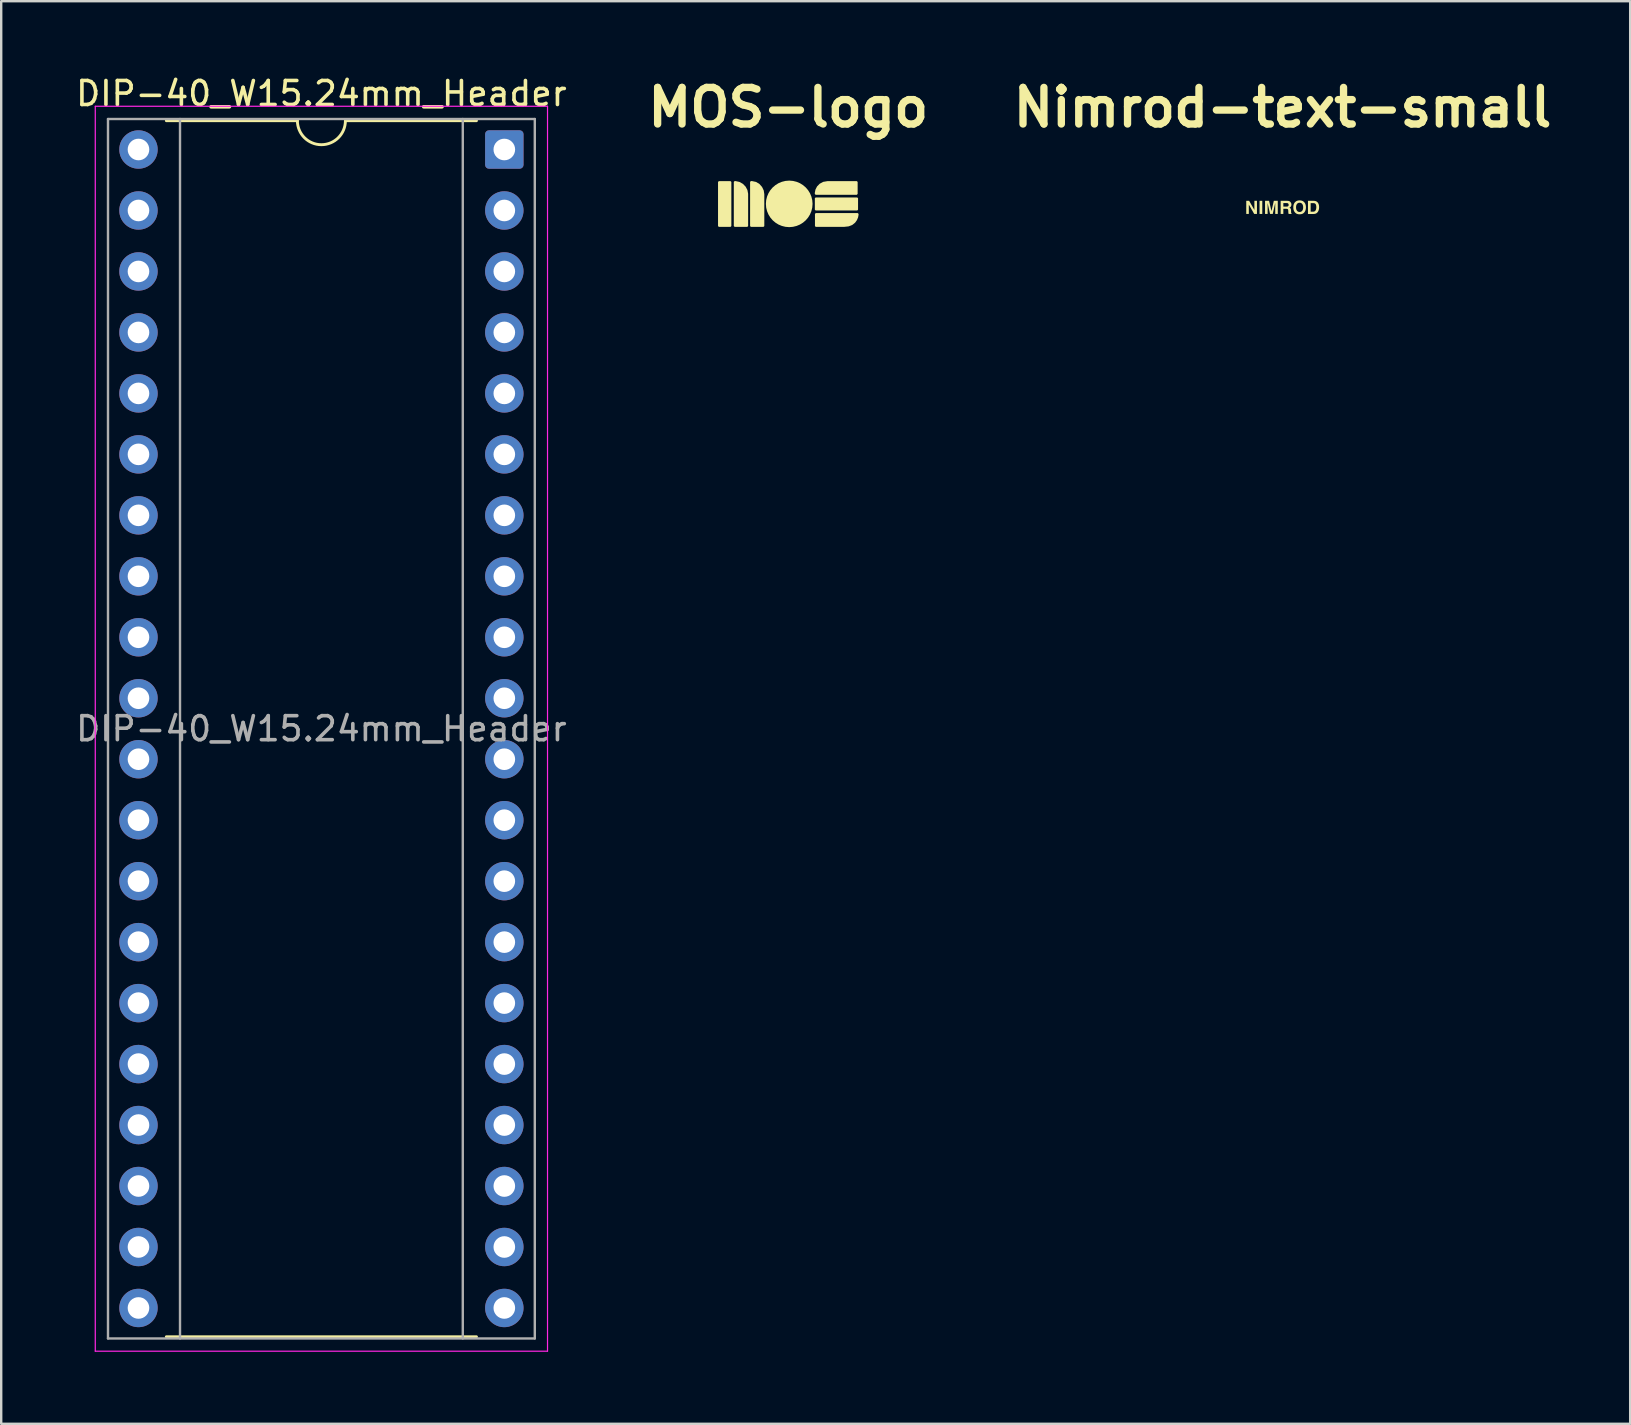
<source format=kicad_pcb>
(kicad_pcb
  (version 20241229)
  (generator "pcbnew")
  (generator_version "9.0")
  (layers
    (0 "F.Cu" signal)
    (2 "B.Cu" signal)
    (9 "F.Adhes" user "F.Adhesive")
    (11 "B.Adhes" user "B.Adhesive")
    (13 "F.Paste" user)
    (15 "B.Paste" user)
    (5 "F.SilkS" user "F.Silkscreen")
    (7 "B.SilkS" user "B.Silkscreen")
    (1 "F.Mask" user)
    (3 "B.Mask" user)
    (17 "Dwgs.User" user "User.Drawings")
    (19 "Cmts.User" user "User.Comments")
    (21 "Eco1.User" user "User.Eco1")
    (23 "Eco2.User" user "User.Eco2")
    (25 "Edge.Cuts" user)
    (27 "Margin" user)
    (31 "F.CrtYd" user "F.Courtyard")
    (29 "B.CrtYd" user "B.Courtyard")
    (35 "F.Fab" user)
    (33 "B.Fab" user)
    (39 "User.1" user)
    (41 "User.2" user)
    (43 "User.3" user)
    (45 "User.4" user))
  (footprint "Nimrod-text-small"
    (layer "F.Cu")
    (at 50.38 5.589)
    (property "Reference" "Nimrod-text-small" (at 0 -4.163 0) (layer "F.SilkS") (effects (font (size 1.524 1.524) (thickness 0.305))))
    (attr board_only exclude_from_pos_files exclude_from_bom)
    (fp_poly (pts (xy -0.959 -0.274) (xy -0.959 0.274) (xy -0.845 0.274) (xy -0.845 -0.274) (xy -0.959 -0.274)) (stroke (width 0) (type solid)) (fill yes) (layer "F.SilkS"))
    (fp_poly (pts (xy -1.513 0.274) (xy -1.513 -0.274) (xy -1.393 -0.274) (xy -1.174 0.108) (xy -1.174 -0.274) (xy -1.067 -0.274) (xy -1.067 0.274) (xy -1.182 0.274) (xy -1.406 -0.116) (xy -1.406 0.274) (xy -1.513 0.274)) (stroke (width 0) (type solid)) (fill yes) (layer "F.SilkS"))
    (fp_poly (pts (xy -0.463 0.157) (xy -0.364 -0.274) (xy -0.2 -0.274) (xy -0.2 0.274) (xy -0.306 0.274) (xy -0.306 -0.097) (xy -0.306 -0.142) (xy -0.306 -0.186) (xy -0.409 0.274) (xy -0.521 0.274) (xy -0.624 -0.186) (xy -0.623 -0.142) (xy -0.623 -0.097) (xy -0.623 0.274) (xy -0.73 0.274) (xy -0.73 -0.274) (xy -0.563 -0.274) (xy -0.463 0.157)) (stroke (width 0) (type solid)) (fill yes) (layer "F.SilkS"))
    (fp_poly (pts (xy 1.38 -0.133) (xy 1.498 0.133) (xy 1.511 0.089) (xy 1.52 0.04) (xy 1.522 -0.012) (xy 1.52 -0.056) (xy 1.512 -0.103) (xy 1.497 -0.149) (xy 1.473 -0.191) (xy 1.447 -0.222) (xy 1.415 -0.245) (xy 1.379 -0.261) (xy 1.341 -0.27) (xy 1.295 -0.273) (xy 1.058 -0.273) (xy 1.058 0.275) (xy 1.295 0.275) (xy 1.342 0.271) (xy 1.384 0.259) (xy 1.42 0.239) (xy 1.452 0.21) (xy 1.478 0.173) (xy 1.498 0.133) (xy 1.38 -0.133) (xy 1.394 -0.099) (xy 1.403 -0.056) (xy 1.406 -0.004) (xy 1.401 0.052) (xy 1.388 0.1) (xy 1.362 0.145) (xy 1.324 0.171) (xy 1.275 0.18) (xy 1.17 0.18) (xy 1.17 -0.178) (xy 1.275 -0.178) (xy 1.322 -0.173) (xy 1.356 -0.158) (xy 1.38 -0.133)) (stroke (width 0) (type solid)) (fill yes) (layer "F.SilkS"))
    (fp_poly (pts (xy 0.221 -0.17) (xy -0.08 -0.274) (xy -0.08 0.274) (xy 0.032 0.274) (xy 0.032 0.059) (xy 0.15 0.059) (xy 0.193 0.063) (xy 0.219 0.076) (xy 0.233 0.103) (xy 0.238 0.146) (xy 0.239 0.197) (xy 0.244 0.245) (xy 0.251 0.274) (xy 0.377 0.274) (xy 0.377 0.26) (xy 0.357 0.229) (xy 0.354 0.178) (xy 0.354 0.141) (xy 0.35 0.091) (xy 0.338 0.055) (xy 0.316 0.03) (xy 0.284 0.012) (xy 0.323 -0.009) (xy 0.349 -0.041) (xy 0.364 -0.079) (xy 0.369 -0.118) (xy 0.366 -0.149) (xy 0.358 -0.176) (xy 0.33 -0.222) (xy 0.306 -0.244) (xy 0.278 -0.26) (xy 0.24 -0.27) (xy 0.189 -0.274) (xy -0.08 -0.274) (xy 0.221 -0.17) (xy 0.246 -0.144) (xy 0.254 -0.103) (xy 0.245 -0.064) (xy 0.22 -0.041) (xy 0.196 -0.034) (xy 0.162 -0.032) (xy 0.032 -0.032) (xy 0.032 -0.179) (xy 0.165 -0.179) (xy 0.198 -0.177) (xy 0.221 -0.17)) (stroke (width 0) (type solid)) (fill yes) (layer "F.SilkS"))
    (fp_poly (pts (xy 0.601 0.142) (xy 0.45 -0.058) (xy 0.447 -0.001) (xy 0.45 0.055) (xy 0.46 0.106) (xy 0.477 0.151) (xy 0.5 0.191) (xy 0.53 0.225) (xy 0.565 0.253) (xy 0.606 0.273) (xy 0.655 0.285) (xy 0.71 0.289) (xy 0.765 0.285) (xy 0.814 0.273) (xy 0.855 0.253) (xy 0.89 0.225) (xy 0.919 0.191) (xy 0.943 0.151) (xy 0.959 0.106) (xy 0.969 0.055) (xy 0.973 -0.001) (xy 0.969 -0.058) (xy 0.959 -0.11) (xy 0.943 -0.155) (xy 0.919 -0.194) (xy 0.89 -0.227) (xy 0.855 -0.255) (xy 0.814 -0.275) (xy 0.765 -0.287) (xy 0.71 -0.291) (xy 0.655 -0.287) (xy 0.606 -0.275) (xy 0.565 -0.255) (xy 0.53 -0.227) (xy 0.5 -0.194) (xy 0.477 -0.155) (xy 0.46 -0.11) (xy 0.45 -0.058) (xy 0.601 0.142) (xy 0.579 0.104) (xy 0.565 0.056) (xy 0.561 -0.001) (xy 0.565 -0.058) (xy 0.579 -0.106) (xy 0.601 -0.144) (xy 0.631 -0.172) (xy 0.668 -0.189) (xy 0.71 -0.194) (xy 0.752 -0.189) (xy 0.788 -0.172) (xy 0.818 -0.144) (xy 0.84 -0.105) (xy 0.854 -0.058) (xy 0.858 -0.001) (xy 0.854 0.056) (xy 0.84 0.104) (xy 0.818 0.142) (xy 0.788 0.17) (xy 0.752 0.187) (xy 0.71 0.192) (xy 0.668 0.187) (xy 0.631 0.17) (xy 0.601 0.142)) (stroke (width 0) (type solid)) (fill yes) (layer "F.SilkS")))
  (footprint "DIP-40_W15.24mm_Header"
    (layer "F.Cu")
    (at 17.959 3.178)
    (property "Reference" "DIP-40_W15.24mm_Header" (at -7.62 -2.33 0) (layer "F.SilkS") (effects (font (size 1 1) (thickness 0.15))))
    (attr through_hole)
    (fp_line (start -14.08 49.46) (end -1.16 49.46) (stroke (width 0.12) (type solid)) (layer "F.SilkS"))
    (fp_line (start -8.62 -1.2) (end -14.08 -1.2) (stroke (width 0.12) (type solid)) (layer "F.SilkS"))
    (fp_line (start -1.16 -1.2) (end -6.62 -1.2) (stroke (width 0.12) (type solid)) (layer "F.SilkS"))
    (fp_arc (start -6.62 -1.2) (mid -7.62 -0.2) (end -8.62 -1.2) (stroke (width 0.12) (type solid)) (layer "F.SilkS"))
    (fp_line (start -17.04 -1.8) (end -17.04 50.06) (stroke (width 0.05) (type solid)) (layer "F.CrtYd"))
    (fp_line (start -17.04 50.06) (end 1.8 50.06) (stroke (width 0.05) (type solid)) (layer "F.CrtYd"))
    (fp_line (start 1.8 -1.8) (end -17.04 -1.8) (stroke (width 0.05) (type solid)) (layer "F.CrtYd"))
    (fp_line (start 1.8 50.06) (end 1.8 -1.8) (stroke (width 0.05) (type solid)) (layer "F.CrtYd"))
    (fp_line (start -16.51 -1.27) (end -16.51 49.53) (stroke (width 0.1) (type solid)) (layer "F.Fab"))
    (fp_line (start -16.51 49.53) (end 1.27 49.53) (stroke (width 0.1) (type solid)) (layer "F.Fab"))
    (fp_line (start -13.51 49.53) (end -13.51 -1.27) (stroke (width 0.1) (type solid)) (layer "F.Fab"))
    (fp_line (start -1.73 -1.27) (end -1.73 49.53) (stroke (width 0.1) (type solid)) (layer "F.Fab"))
    (fp_line (start 1.27 -1.27) (end -16.51 -1.27) (stroke (width 0.1) (type solid)) (layer "F.Fab"))
    (fp_line (start 1.27 49.53) (end 1.27 -1.27) (stroke (width 0.1) (type solid)) (layer "F.Fab"))
    (fp_text user "${REFERENCE}" (at -7.62 24.13 0) (layer "F.Fab") (effects (font (size 1 1) (thickness 0.15))))
    (pad "1" thru_hole roundrect (at 0 0) (size 1.6 1.6) (drill 0.9) (layers "*.Cu" "*.Mask") (roundrect_rratio 0.1))
    (pad "2" thru_hole circle (at 0 2.54) (size 1.6 1.6) (drill 0.9) (layers "*.Cu" "*.Mask"))
    (pad "3" thru_hole circle (at 0 5.08) (size 1.6 1.6) (drill 0.9) (layers "*.Cu" "*.Mask"))
    (pad "4" thru_hole circle (at 0 7.62) (size 1.6 1.6) (drill 0.9) (layers "*.Cu" "*.Mask"))
    (pad "5" thru_hole circle (at 0 10.16) (size 1.6 1.6) (drill 0.9) (layers "*.Cu" "*.Mask"))
    (pad "6" thru_hole circle (at 0 12.7) (size 1.6 1.6) (drill 0.9) (layers "*.Cu" "*.Mask"))
    (pad "7" thru_hole circle (at 0 15.24) (size 1.6 1.6) (drill 0.9) (layers "*.Cu" "*.Mask"))
    (pad "8" thru_hole circle (at 0 17.78) (size 1.6 1.6) (drill 0.9) (layers "*.Cu" "*.Mask"))
    (pad "9" thru_hole circle (at 0 20.32) (size 1.6 1.6) (drill 0.9) (layers "*.Cu" "*.Mask"))
    (pad "10" thru_hole circle (at 0 22.86) (size 1.6 1.6) (drill 0.9) (layers "*.Cu" "*.Mask"))
    (pad "11" thru_hole circle (at 0 25.4) (size 1.6 1.6) (drill 0.9) (layers "*.Cu" "*.Mask"))
    (pad "12" thru_hole circle (at 0 27.94) (size 1.6 1.6) (drill 0.9) (layers "*.Cu" "*.Mask"))
    (pad "13" thru_hole circle (at 0 30.48) (size 1.6 1.6) (drill 0.9) (layers "*.Cu" "*.Mask"))
    (pad "14" thru_hole circle (at 0 33.02) (size 1.6 1.6) (drill 0.9) (layers "*.Cu" "*.Mask"))
    (pad "15" thru_hole circle (at 0 35.56) (size 1.6 1.6) (drill 0.9) (layers "*.Cu" "*.Mask"))
    (pad "16" thru_hole circle (at 0 38.1) (size 1.6 1.6) (drill 0.9) (layers "*.Cu" "*.Mask"))
    (pad "17" thru_hole circle (at 0 40.64) (size 1.6 1.6) (drill 0.9) (layers "*.Cu" "*.Mask"))
    (pad "18" thru_hole circle (at 0 43.18) (size 1.6 1.6) (drill 0.9) (layers "*.Cu" "*.Mask"))
    (pad "19" thru_hole circle (at 0 45.72) (size 1.6 1.6) (drill 0.9) (layers "*.Cu" "*.Mask"))
    (pad "20" thru_hole circle (at 0 48.26) (size 1.6 1.6) (drill 0.9) (layers "*.Cu" "*.Mask"))
    (pad "21" thru_hole circle (at -15.24 48.26) (size 1.6 1.6) (drill 0.9) (layers "*.Cu" "*.Mask"))
    (pad "22" thru_hole circle (at -15.24 45.72) (size 1.6 1.6) (drill 0.9) (layers "*.Cu" "*.Mask"))
    (pad "23" thru_hole circle (at -15.24 43.18) (size 1.6 1.6) (drill 0.9) (layers "*.Cu" "*.Mask"))
    (pad "24" thru_hole circle (at -15.24 40.64) (size 1.6 1.6) (drill 0.9) (layers "*.Cu" "*.Mask"))
    (pad "25" thru_hole circle (at -15.24 38.1) (size 1.6 1.6) (drill 0.9) (layers "*.Cu" "*.Mask"))
    (pad "26" thru_hole circle (at -15.24 35.56) (size 1.6 1.6) (drill 0.9) (layers "*.Cu" "*.Mask"))
    (pad "27" thru_hole circle (at -15.24 33.02) (size 1.6 1.6) (drill 0.9) (layers "*.Cu" "*.Mask"))
    (pad "28" thru_hole circle (at -15.24 30.48) (size 1.6 1.6) (drill 0.9) (layers "*.Cu" "*.Mask"))
    (pad "29" thru_hole circle (at -15.24 27.94) (size 1.6 1.6) (drill 0.9) (layers "*.Cu" "*.Mask"))
    (pad "30" thru_hole circle (at -15.24 25.4) (size 1.6 1.6) (drill 0.9) (layers "*.Cu" "*.Mask"))
    (pad "31" thru_hole circle (at -15.24 22.86) (size 1.6 1.6) (drill 0.9) (layers "*.Cu" "*.Mask"))
    (pad "32" thru_hole circle (at -15.24 20.32) (size 1.6 1.6) (drill 0.9) (layers "*.Cu" "*.Mask"))
    (pad "33" thru_hole circle (at -15.24 17.78) (size 1.6 1.6) (drill 0.9) (layers "*.Cu" "*.Mask"))
    (pad "34" thru_hole circle (at -15.24 15.24) (size 1.6 1.6) (drill 0.9) (layers "*.Cu" "*.Mask"))
    (pad "35" thru_hole circle (at -15.24 12.7) (size 1.6 1.6) (drill 0.9) (layers "*.Cu" "*.Mask"))
    (pad "36" thru_hole circle (at -15.24 10.16) (size 1.6 1.6) (drill 0.9) (layers "*.Cu" "*.Mask"))
    (pad "37" thru_hole circle (at -15.24 7.62) (size 1.6 1.6) (drill 0.9) (layers "*.Cu" "*.Mask"))
    (pad "38" thru_hole circle (at -15.24 5.08) (size 1.6 1.6) (drill 0.9) (layers "*.Cu" "*.Mask"))
    (pad "39" thru_hole circle (at -15.24 2.54) (size 1.6 1.6) (drill 0.9) (layers "*.Cu" "*.Mask"))
    (pad "40" thru_hole circle (at -15.24 0) (size 1.6 1.6) (drill 0.9) (layers "*.Cu" "*.Mask")))
  (footprint "MOS-logo"
    (layer "F.Cu")
    (at 29.789 5.443)
    (property "Reference" "MOS-logo" (at 0 -4.017 0) (layer "F.SilkS") (effects (font (size 1.524 1.524) (thickness 0.305))))
    (attr board_only exclude_from_pos_files exclude_from_bom)
    (fp_poly (pts (xy -2.893 -0.946) (xy -2.405 -0.946) (xy -2.372 -0.913) (xy -2.372 0.925) (xy -2.405 0.959) (xy -2.893 0.959) (xy -2.927 0.925) (xy -2.927 -0.913) (xy -2.893 -0.946)) (stroke (width 0) (type solid)) (fill yes) (layer "F.SilkS"))
    (fp_poly (pts (xy 1.14 -0.268) (xy 2.872 -0.268) (xy 2.906 -0.235) (xy 2.906 0.242) (xy 2.872 0.276) (xy 1.14 0.276) (xy 1.106 0.242) (xy 1.106 -0.235) (xy 1.14 -0.268)) (stroke (width 0) (type solid)) (fill yes) (layer "F.SilkS"))
    (fp_poly (pts (xy -2.236 -0.949) (xy -2.192 -0.949) (xy -2.031 -0.913) (xy -1.89 -0.833) (xy -1.778 -0.718) (xy -1.703 -0.577) (xy -1.673 -0.421) (xy -1.673 0.924) (xy -1.707 0.958) (xy -2.236 0.958) (xy -2.27 0.924) (xy -2.27 -0.915) (xy -2.236 -0.949)) (stroke (width 0) (type solid)) (fill yes) (layer "F.SilkS"))
    (fp_poly (pts (xy -1.557 -0.95) (xy -1.513 -0.95) (xy -1.344 -0.914) (xy -1.202 -0.828) (xy -1.093 -0.705) (xy -1.023 -0.559) (xy -0.999 -0.403) (xy -0.999 0.926) (xy -1.033 0.959) (xy -1.557 0.959) (xy -1.591 0.926) (xy -1.591 -0.916) (xy -1.557 -0.95)) (stroke (width 0) (type solid)) (fill yes) (layer "F.SilkS"))
    (fp_poly (pts (xy 1.639 -0.948) (xy 2.855 -0.948) (xy 2.889 -0.914) (xy 2.889 -0.413) (xy 2.855 -0.379) (xy 1.139 -0.379) (xy 1.105 -0.413) (xy 1.105 -0.464) (xy 1.132 -0.597) (xy 1.199 -0.727) (xy 1.307 -0.838) (xy 1.454 -0.917) (xy 1.639 -0.948)) (stroke (width 0) (type solid)) (fill yes) (layer "F.SilkS"))
    (fp_poly (pts (xy 1.145 0.383) (xy 2.893 0.383) (xy 2.927 0.417) (xy 2.927 0.458) (xy 2.907 0.564) (xy 2.86 0.676) (xy 2.783 0.784) (xy 2.67 0.875) (xy 2.516 0.937) (xy 2.317 0.959) (xy 1.145 0.959) (xy 1.111 0.926) (xy 1.111 0.417) (xy 1.145 0.383)) (stroke (width 0) (type solid)) (fill yes) (layer "F.SilkS"))
    (fp_poly (pts (xy 1.011 0) (xy 0.998 0.157) (xy 0.961 0.306) (xy 0.902 0.445) (xy 0.823 0.572) (xy 0.726 0.685) (xy 0.613 0.782) (xy 0.485 0.861) (xy 0.346 0.919) (xy 0.196 0.956) (xy 0.039 0.969) (xy -0.119 0.956) (xy -0.268 0.919) (xy -0.408 0.861) (xy -0.535 0.782) (xy -0.649 0.685) (xy -0.746 0.572) (xy -0.825 0.445) (xy -0.884 0.306) (xy -0.921 0.157) (xy -0.933 0) (xy -0.921 -0.157) (xy -0.884 -0.306) (xy -0.825 -0.445) (xy -0.746 -0.572) (xy -0.649 -0.685) (xy -0.535 -0.782) (xy -0.408 -0.861) (xy -0.268 -0.919) (xy -0.119 -0.956) (xy 0.039 -0.969) (xy 0.196 -0.956) (xy 0.346 -0.919) (xy 0.485 -0.861) (xy 0.613 -0.782) (xy 0.726 -0.685) (xy 0.823 -0.572) (xy 0.902 -0.445) (xy 0.961 -0.306) (xy 0.998 -0.157) (xy 1.011 0)) (stroke (width 0) (type solid)) (fill yes) (layer "F.SilkS")))
  (gr_rect
    (start -3 -3)
    (end 64.861 56.263)
    (stroke (width 0.1) (type default))
    (fill no)
    (layer "Edge.Cuts")))
</source>
